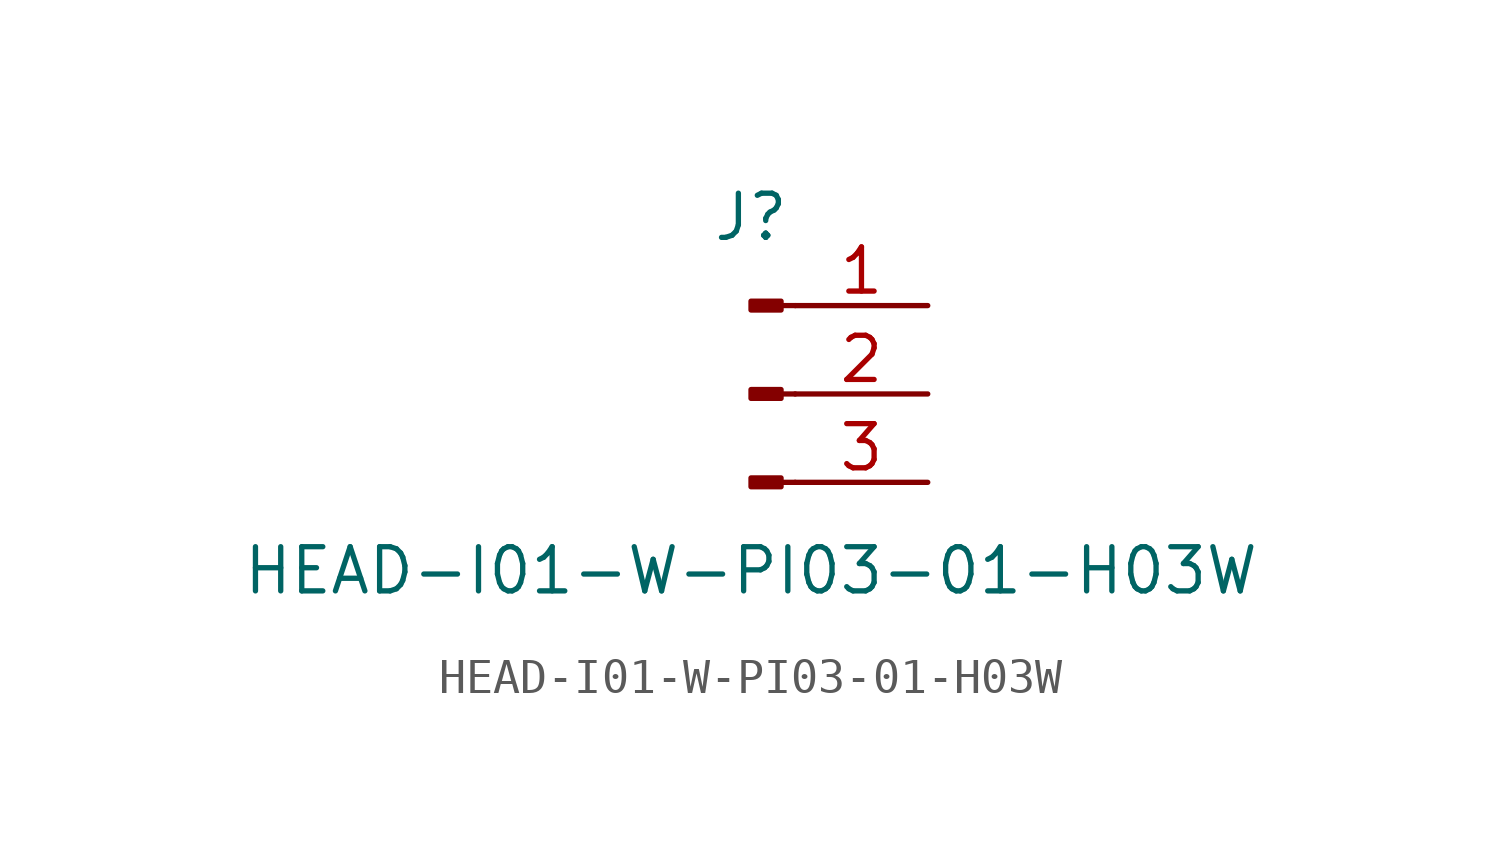
<source format=kicad_sym>
(kicad_symbol_lib
  (version 20211014)
  (generator kicad_symbol_editor)
  (symbol "HEAD-I01-W-PI03-01-H03W"
    (pin_names
      (offset 1.016) hide)
    (property "Reference" "J"
      (at 0 5.08 0)
      (effects (font (size 1.27 1.27))))
    (property "Value" "HEAD-I01-W-PI03-01-H03W"
      (at 0 -5.08 0)
      (effects (font (size 1.27 1.27))))
    (symbol "HEAD-I01-W-PI03-01-H03W_1_1"
      (polyline (pts (xy 1.27 -2.54) (xy 0.864 -2.54)) (stroke (width 0.152) (type default) (color 0 0 0 0)) (fill (type none)))
      (polyline (pts (xy 1.27 0) (xy 0.864 0)) (stroke (width 0.152) (type default) (color 0 0 0 0)) (fill (type none)))
      (polyline (pts (xy 1.27 2.54) (xy 0.864 2.54)) (stroke (width 0.152) (type default) (color 0 0 0 0)) (fill (type none)))
      (rectangle (start 0.864 -2.413) (end 0 -2.667) (stroke (width 0.152) (type default) (color 0 0 0 0)) (fill (type outline)))
      (rectangle (start 0.864 0.127) (end 0 -0.127) (stroke (width 0.152) (type default) (color 0 0 0 0)) (fill (type outline)))
      (rectangle (start 0.864 2.667) (end 0 2.413) (stroke (width 0.152) (type default) (color 0 0 0 0)) (fill (type outline)))
      (pin passive line (at 5.08 2.54 180) (length 3.81) (name "Pin_1" (effects (font (size 1.27 1.27)))) (number "1" (effects (font (size 1.27 1.27)))))
      (pin passive line (at 5.08 0 180) (length 3.81) (name "Pin_2" (effects (font (size 1.27 1.27)))) (number "2" (effects (font (size 1.27 1.27)))))
      (pin passive line (at 5.08 -2.54 180) (length 3.81) (name "Pin_3" (effects (font (size 1.27 1.27)))) (number "3" (effects (font (size 1.27 1.27))))))))
</source>
